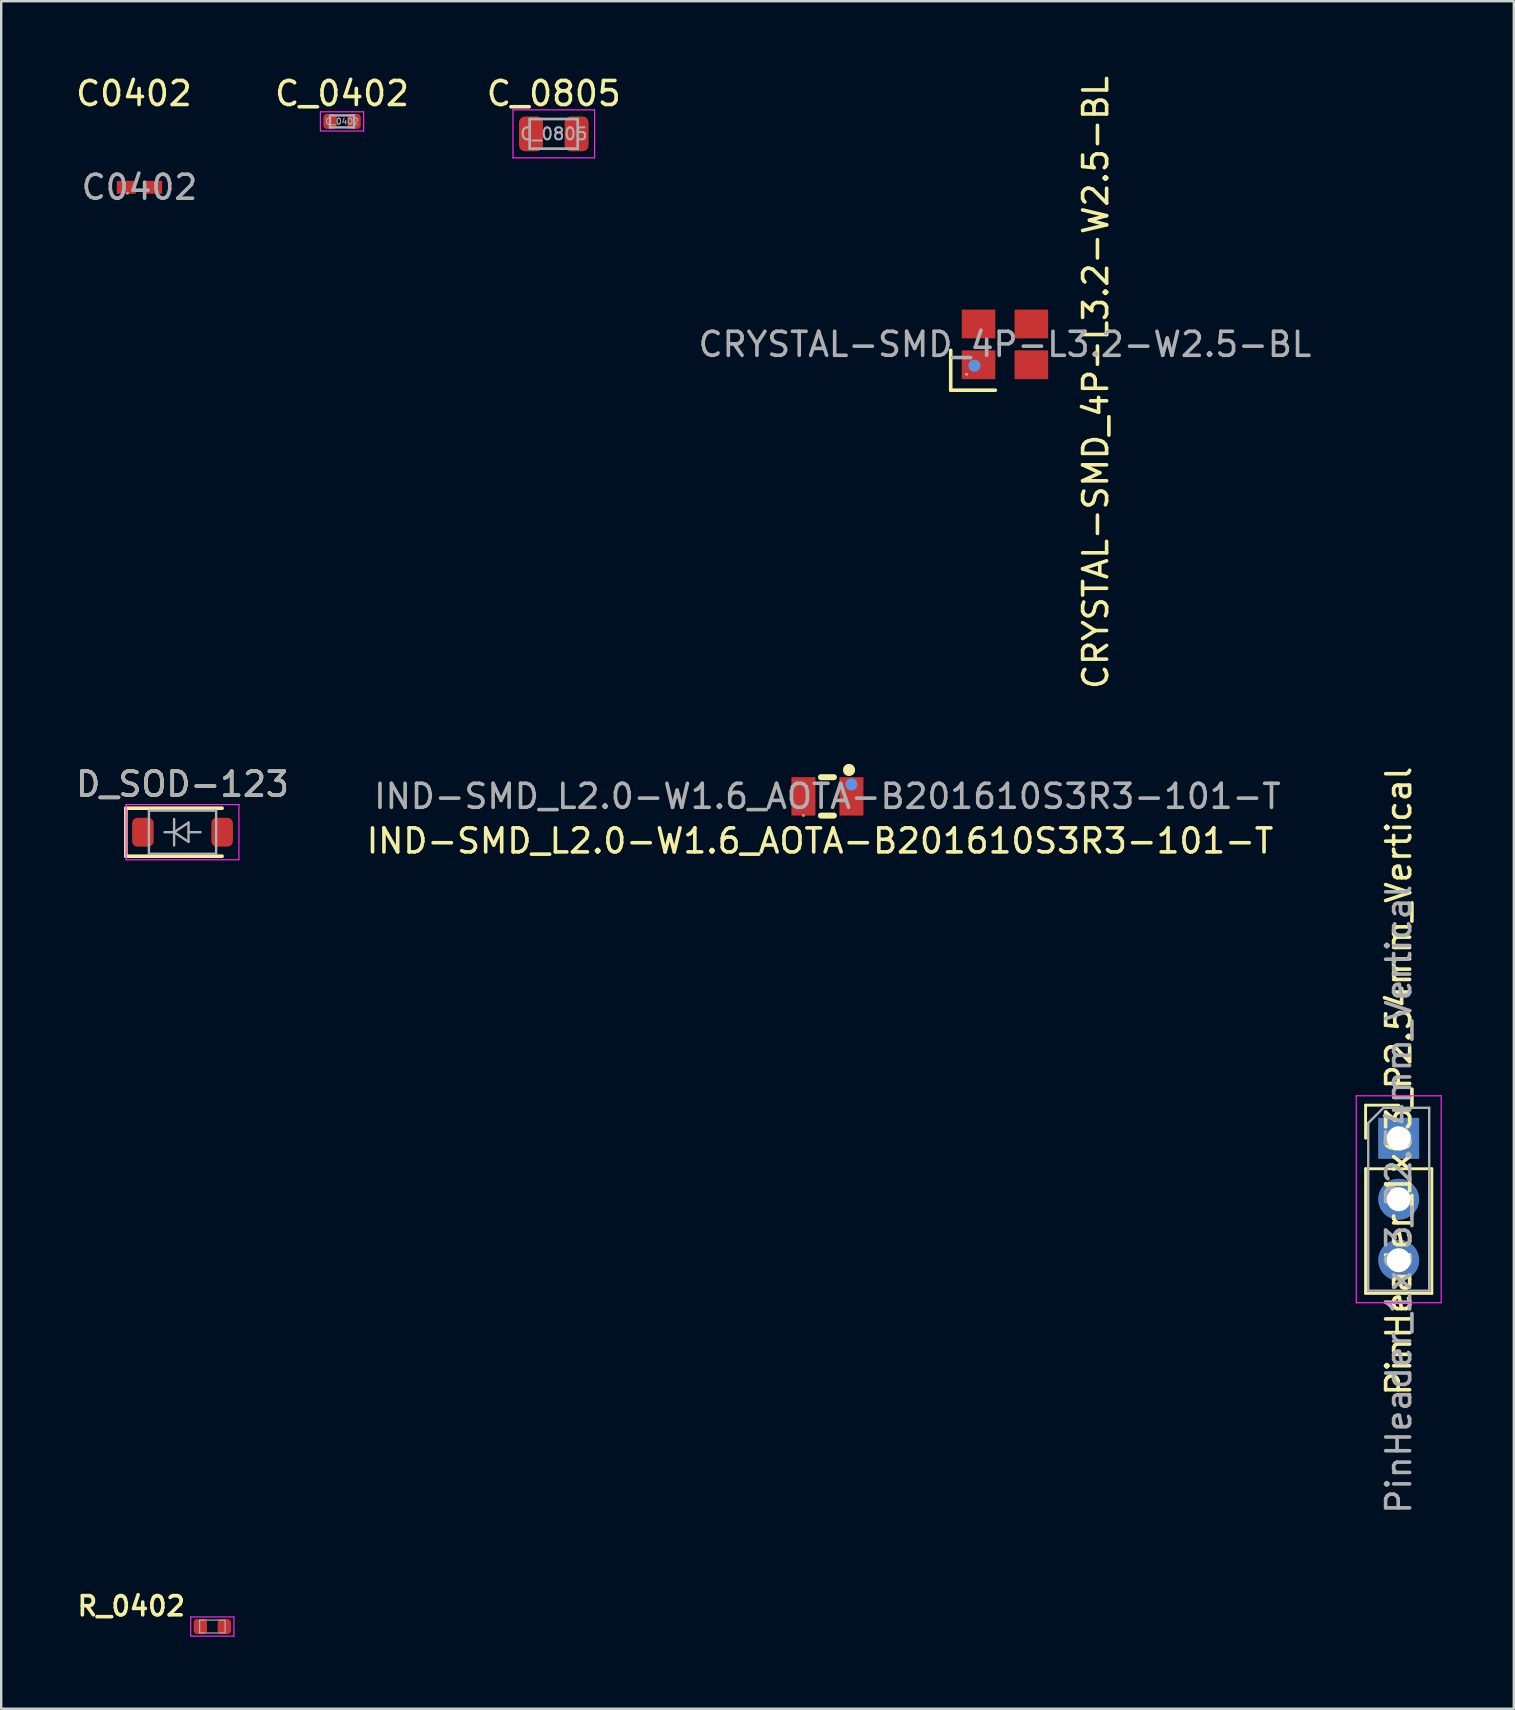
<source format=kicad_pcb>
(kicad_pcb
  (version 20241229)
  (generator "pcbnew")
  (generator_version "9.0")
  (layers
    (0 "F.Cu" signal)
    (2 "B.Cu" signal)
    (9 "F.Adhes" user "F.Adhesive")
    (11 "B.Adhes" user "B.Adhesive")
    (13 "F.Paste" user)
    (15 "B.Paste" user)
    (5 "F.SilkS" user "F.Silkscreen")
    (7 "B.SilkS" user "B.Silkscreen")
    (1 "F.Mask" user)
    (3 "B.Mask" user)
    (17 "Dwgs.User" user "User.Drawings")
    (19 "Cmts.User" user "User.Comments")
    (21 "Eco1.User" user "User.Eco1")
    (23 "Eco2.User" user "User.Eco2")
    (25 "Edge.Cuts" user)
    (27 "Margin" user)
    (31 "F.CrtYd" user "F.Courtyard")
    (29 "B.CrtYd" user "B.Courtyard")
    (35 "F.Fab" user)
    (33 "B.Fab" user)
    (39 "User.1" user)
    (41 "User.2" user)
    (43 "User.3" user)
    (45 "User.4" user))
  (footprint "R_0402"
    (layer "F.Cu")
    (at 5.797 64.716)
    (property "Reference" "R_0402" (at -1.05 -0.85 180) (layer "F.SilkS") (effects (font (size 0.8 0.8) (thickness 0.15)) (justify right)))
    (fp_line (start -0.9 -0.4) (end -0.9 0.4) (stroke (width 0.05) (type default)) (layer "F.CrtYd"))
    (fp_line (start -0.9 -0.4) (end 0.9 -0.4) (stroke (width 0.05) (type default)) (layer "F.CrtYd"))
    (fp_line (start 0.9 -0.4) (end 0.9 0.4) (stroke (width 0.05) (type default)) (layer "F.CrtYd"))
    (fp_line (start 0.9 0.4) (end -0.9 0.4) (stroke (width 0.05) (type default)) (layer "F.CrtYd"))
    (fp_rect (start -0.53 -0.27) (end 0.53 0.27) (stroke (width 0.05) (type solid)) (fill no) (layer "F.Fab"))
    (pad "1" smd roundrect (at -0.5 0) (size 0.56 0.62) (layers "F.Cu" "F.Mask" "F.Paste") (roundrect_rratio 0.25))
    (pad "2" smd roundrect (at 0.5 0) (size 0.56 0.62) (layers "F.Cu" "F.Mask" "F.Paste") (roundrect_rratio 0.25)))
  (footprint "C_0402"
    (layer "F.Cu")
    (at 11.2 2.008)
    (property "Reference" "C_0402" (at -0.000001 -1.16 180) (layer "F.SilkS") (effects (font (size 1 1) (thickness 0.15))))
    (attr smd)
    (fp_line (start -0.9 -0.4) (end -0.9 0.4) (stroke (width 0.05) (type default)) (layer "F.CrtYd"))
    (fp_line (start -0.9 -0.4) (end 0.9 -0.4) (stroke (width 0.05) (type default)) (layer "F.CrtYd"))
    (fp_line (start 0.9 -0.4) (end 0.9 0.4) (stroke (width 0.05) (type default)) (layer "F.CrtYd"))
    (fp_line (start 0.9 0.4) (end -0.9 0.4) (stroke (width 0.05) (type default)) (layer "F.CrtYd"))
    (fp_line (start -0.5 -0.25) (end 0.5 -0.25) (stroke (width 0.1) (type solid)) (layer "F.Fab"))
    (fp_line (start -0.5 0.25) (end -0.5 -0.25) (stroke (width 0.1) (type solid)) (layer "F.Fab"))
    (fp_line (start 0.5 -0.25) (end 0.5 0.25) (stroke (width 0.1) (type solid)) (layer "F.Fab"))
    (fp_line (start 0.5 0.25) (end -0.5 0.25) (stroke (width 0.1) (type solid)) (layer "F.Fab"))
    (fp_text user "${REFERENCE}" (at 0 0 180) (layer "F.Fab") (effects (font (size 0.25 0.25) (thickness 0.04))))
    (pad "1" smd roundrect (at -0.5 -0.000001) (size 0.56 0.62) (layers "F.Cu" "F.Mask" "F.Paste") (roundrect_rratio 0.25))
    (pad "2" smd roundrect (at 0.5 0.000001) (size 0.56 0.62) (layers "F.Cu" "F.Mask" "F.Paste") (roundrect_rratio 0.25)))
  (footprint "PinHeader_1x03_P2.54mm_Vertical"
    (layer "F.Cu")
    (at 55.224 44.374)
    (property "Reference" "PinHeader_1x03_P2.54mm_Vertical" (at 0 -2.38 270) (layer "F.SilkS") (effects (font (size 1 1) (thickness 0.15))))
    (attr through_hole)
    (fp_line (start -1.38 -1.38) (end 0 -1.38) (stroke (width 0.12) (type solid)) (layer "F.SilkS"))
    (fp_line (start -1.38 0) (end -1.38 -1.38) (stroke (width 0.12) (type solid)) (layer "F.SilkS"))
    (fp_line (start -1.38 1.27) (end -1.38 6.46) (stroke (width 0.12) (type solid)) (layer "F.SilkS"))
    (fp_line (start -1.38 1.27) (end 1.38 1.27) (stroke (width 0.12) (type solid)) (layer "F.SilkS"))
    (fp_line (start -1.38 6.46) (end 1.38 6.46) (stroke (width 0.12) (type solid)) (layer "F.SilkS"))
    (fp_line (start 1.38 1.27) (end 1.38 6.46) (stroke (width 0.12) (type solid)) (layer "F.SilkS"))
    (fp_line (start -1.77 -1.77) (end -1.77 6.85) (stroke (width 0.05) (type solid)) (layer "F.CrtYd"))
    (fp_line (start -1.77 6.85) (end 1.77 6.85) (stroke (width 0.05) (type solid)) (layer "F.CrtYd"))
    (fp_line (start 1.77 -1.77) (end -1.77 -1.77) (stroke (width 0.05) (type solid)) (layer "F.CrtYd"))
    (fp_line (start 1.77 6.85) (end 1.77 -1.77) (stroke (width 0.05) (type solid)) (layer "F.CrtYd"))
    (fp_line (start -1.27 -0.635) (end -0.635 -1.27) (stroke (width 0.1) (type solid)) (layer "F.Fab"))
    (fp_line (start -1.27 6.35) (end -1.27 -0.635) (stroke (width 0.1) (type solid)) (layer "F.Fab"))
    (fp_line (start -0.635 -1.27) (end 1.27 -1.27) (stroke (width 0.1) (type solid)) (layer "F.Fab"))
    (fp_line (start 1.27 -1.27) (end 1.27 6.35) (stroke (width 0.1) (type solid)) (layer "F.Fab"))
    (fp_line (start 1.27 6.35) (end -1.27 6.35) (stroke (width 0.1) (type solid)) (layer "F.Fab"))
    (fp_text user "${REFERENCE}" (at 0 2.54 90) (layer "F.Fab") (effects (font (size 1 1) (thickness 0.15))))
    (pad "1" thru_hole rect (at 0 0) (size 1.7 1.7) (drill 1) (layers "*.Cu" "*.Mask"))
    (pad "2" thru_hole circle (at 0 2.54) (size 1.7 1.7) (drill 1) (layers "*.Cu" "*.Mask"))
    (pad "3" thru_hole circle (at 0 5.08) (size 1.7 1.7) (drill 1) (layers "*.Cu" "*.Mask")))
  (footprint "C0402"
    (layer "F.Cu")
    (at 2.76 4.753)
    (property "Reference" "C0402" (at -0.23 -3.905 0) (layer "F.SilkS") (effects (font (size 1 1) (thickness 0.15))))
    (attr smd)
    (fp_circle (center -0.5 0.25) (end -0.47 0.25) (stroke (width 0.06) (type solid)) (fill no) (layer "F.Fab"))
    (fp_text user "${REFERENCE}" (at 0 0 0) (layer "F.Fab") (effects (font (size 1 1) (thickness 0.15))))
    (pad "1" smd rect (at -0.55 0) (size 0.79 0.54) (layers "F.Cu" "F.Mask" "F.Paste"))
    (pad "2" smd rect (at 0.55 0) (size 0.79 0.54) (layers "F.Cu" "F.Mask" "F.Paste")))
  (footprint "D_SOD-123"
    (layer "F.Cu")
    (at 4.554 31.622)
    (property "Reference" "D_SOD-123" (at 0 -2 0) (layer "F.SilkS") (effects (font (size 1 1) (thickness 0.15))))
    (attr smd)
    (fp_line (start -2.36 -1) (end -2.36 1) (stroke (width 0.15) (type solid)) (layer "F.SilkS"))
    (fp_line (start -2.36 -1) (end 1.65 -1) (stroke (width 0.15) (type solid)) (layer "F.SilkS"))
    (fp_line (start -2.36 1) (end 1.65 1) (stroke (width 0.15) (type solid)) (layer "F.SilkS"))
    (fp_line (start -2.35 -1.15) (end -2.35 1.15) (stroke (width 0.05) (type solid)) (layer "F.CrtYd"))
    (fp_line (start -2.35 -1.15) (end 2.35 -1.15) (stroke (width 0.05) (type solid)) (layer "F.CrtYd"))
    (fp_line (start 2.35 -1.15) (end 2.35 1.15) (stroke (width 0.05) (type solid)) (layer "F.CrtYd"))
    (fp_line (start 2.35 1.15) (end -2.35 1.15) (stroke (width 0.05) (type solid)) (layer "F.CrtYd"))
    (fp_line (start -1.4 -0.9) (end 1.4 -0.9) (stroke (width 0.1) (type solid)) (layer "F.Fab"))
    (fp_line (start -1.4 0.9) (end -1.4 -0.9) (stroke (width 0.1) (type solid)) (layer "F.Fab"))
    (fp_line (start -0.75 0) (end -0.35 0) (stroke (width 0.1) (type solid)) (layer "F.Fab"))
    (fp_line (start -0.35 0) (end -0.35 -0.55) (stroke (width 0.1) (type solid)) (layer "F.Fab"))
    (fp_line (start -0.35 0) (end -0.35 0.55) (stroke (width 0.1) (type solid)) (layer "F.Fab"))
    (fp_line (start -0.35 0) (end 0.25 -0.4) (stroke (width 0.1) (type solid)) (layer "F.Fab"))
    (fp_line (start 0.25 -0.4) (end 0.25 0.4) (stroke (width 0.1) (type solid)) (layer "F.Fab"))
    (fp_line (start 0.25 0) (end 0.75 0) (stroke (width 0.1) (type solid)) (layer "F.Fab"))
    (fp_line (start 0.25 0.4) (end -0.35 0) (stroke (width 0.1) (type solid)) (layer "F.Fab"))
    (fp_line (start 1.4 -0.9) (end 1.4 0.9) (stroke (width 0.1) (type solid)) (layer "F.Fab"))
    (fp_line (start 1.4 0.9) (end -1.4 0.9) (stroke (width 0.1) (type solid)) (layer "F.Fab"))
    (fp_text user "${REFERENCE}" (at 0 -2 0) (layer "F.Fab") (effects (font (size 1 1) (thickness 0.15))))
    (pad "1" smd roundrect (at -1.65 0) (size 0.9 1.2) (layers "F.Cu" "F.Mask" "F.Paste") (roundrect_rratio 0.25))
    (pad "2" smd roundrect (at 1.65 0) (size 0.9 1.2) (layers "F.Cu" "F.Mask" "F.Paste") (roundrect_rratio 0.25)))
  (footprint "C_0805"
    (layer "F.Cu")
    (at 20.022 2.528)
    (property "Reference" "C_0805" (at 0 -1.68 0) (layer "F.SilkS") (effects (font (size 1 1) (thickness 0.15))))
    (attr smd)
    (fp_line (start -1.7 -1) (end 1.7 -1) (stroke (width 0.05) (type solid)) (layer "F.CrtYd"))
    (fp_line (start -1.7 1) (end -1.7 -1) (stroke (width 0.05) (type solid)) (layer "F.CrtYd"))
    (fp_line (start 1.7 -1) (end 1.7 1) (stroke (width 0.05) (type solid)) (layer "F.CrtYd"))
    (fp_line (start 1.7 1) (end -1.7 1) (stroke (width 0.05) (type solid)) (layer "F.CrtYd"))
    (fp_line (start -1 -0.62) (end 1 -0.62) (stroke (width 0.1) (type solid)) (layer "F.Fab"))
    (fp_line (start -1 -0.62) (end 1 -0.62) (stroke (width 0.1) (type solid)) (layer "F.Fab"))
    (fp_line (start -1 0.62) (end -1 -0.62) (stroke (width 0.1) (type solid)) (layer "F.Fab"))
    (fp_line (start -1 0.62) (end -1 -0.62) (stroke (width 0.1) (type solid)) (layer "F.Fab"))
    (fp_line (start 1 -0.62) (end 1 0.62) (stroke (width 0.1) (type solid)) (layer "F.Fab"))
    (fp_line (start 1 -0.62) (end 1 0.62) (stroke (width 0.1) (type solid)) (layer "F.Fab"))
    (fp_line (start 1 0.62) (end -1 0.62) (stroke (width 0.1) (type solid)) (layer "F.Fab"))
    (fp_line (start 1 0.62) (end -1 0.62) (stroke (width 0.1) (type solid)) (layer "F.Fab"))
    (fp_text user "${REFERENCE}" (at 0 0 0) (layer "F.Fab") (effects (font (size 0.5 0.5) (thickness 0.08))))
    (pad "1" smd roundrect (at -0.95 0) (size 1 1.45) (layers "F.Cu" "F.Mask" "F.Paste") (roundrect_rratio 0.25))
    (pad "2" smd roundrect (at 0.95 0) (size 1 1.45) (layers "F.Cu" "F.Mask" "F.Paste") (roundrect_rratio 0.25)))
  (footprint "IND-SMD_L2.0-W1.6_AOTA-B201610S3R3-101-T"
    (layer "F.Cu")
    (at 31.423 30.129)
    (property "Reference" "IND-SMD_L2.0-W1.6_AOTA-B201610S3R3-101-T" (at -0.31 1.857 180) (layer "F.SilkS") (effects (font (size 1 1) (thickness 0.15))))
    (attr smd)
    (fp_line (start -0.27 -0.8) (end 0.27 -0.8) (stroke (width 0.25) (type solid)) (layer "F.SilkS"))
    (fp_line (start -0.27 0.8) (end 0.27 0.8) (stroke (width 0.25) (type solid)) (layer "F.SilkS"))
    (fp_circle (center 0.9 -1.1) (end 1.03 -1.1) (stroke (width 0.25) (type solid)) (fill no) (layer "F.SilkS"))
    (fp_circle (center 1 -0.5) (end 1.13 -0.5) (stroke (width 0.25) (type solid)) (fill no) (layer "Cmts.User"))
    (fp_circle (center -1 0.8) (end -0.97 0.8) (stroke (width 0.06) (type solid)) (fill no) (layer "F.Fab"))
    (fp_text user "${REFERENCE}" (at 0 0 180) (layer "F.Fab") (effects (font (size 1 1) (thickness 0.15))))
    (pad "1" smd rect (at -1 0) (size 1 1.6) (layers "F.Cu" "F.Mask" "F.Paste"))
    (pad "2" smd rect (at 1 0) (size 1 1.6) (layers "F.Cu" "F.Mask" "F.Paste")))
  (footprint "CRYSTAL-SMD_4P-L3.2-W2.5-BL"
    (layer "F.Cu")
    (at 38.819 11.297)
    (property "Reference" "CRYSTAL-SMD_4P-L3.2-W2.5-BL" (at 3.78 1.59 90) (layer "F.SilkS") (effects (font (size 1 1) (thickness 0.15))))
    (attr smd)
    (fp_line (start -2.26 0.25) (end -2.26 1.91) (stroke (width 0.15) (type solid)) (layer "F.SilkS"))
    (fp_line (start -2.26 1.91) (end -0.4 1.91) (stroke (width 0.15) (type solid)) (layer "F.SilkS"))
    (fp_circle (center -1.27 0.89) (end -1.14 0.89) (stroke (width 0.25) (type solid)) (fill no) (layer "Cmts.User"))
    (fp_circle (center -1.6 1.25) (end -1.57 1.25) (stroke (width 0.06) (type solid)) (fill no) (layer "F.Fab"))
    (fp_text user "${REFERENCE}" (at 0 0 0) (layer "F.Fab") (effects (font (size 1 1) (thickness 0.15))))
    (pad "1" smd rect (at -1.1 0.85) (size 1.4 1.2) (layers "F.Cu" "F.Mask" "F.Paste"))
    (pad "2" smd rect (at 1.1 0.85) (size 1.4 1.2) (layers "F.Cu" "F.Mask" "F.Paste"))
    (pad "3" smd rect (at 1.1 -0.85) (size 1.4 1.2) (layers "F.Cu" "F.Mask" "F.Paste"))
    (pad "4" smd rect (at -1.1 -0.85) (size 1.4 1.2) (layers "F.Cu" "F.Mask" "F.Paste")))
  (gr_rect
    (start -3 -3)
    (end 60.019 68.141)
    (stroke (width 0.1) (type default))
    (fill no)
    (layer "Edge.Cuts")))
</source>
